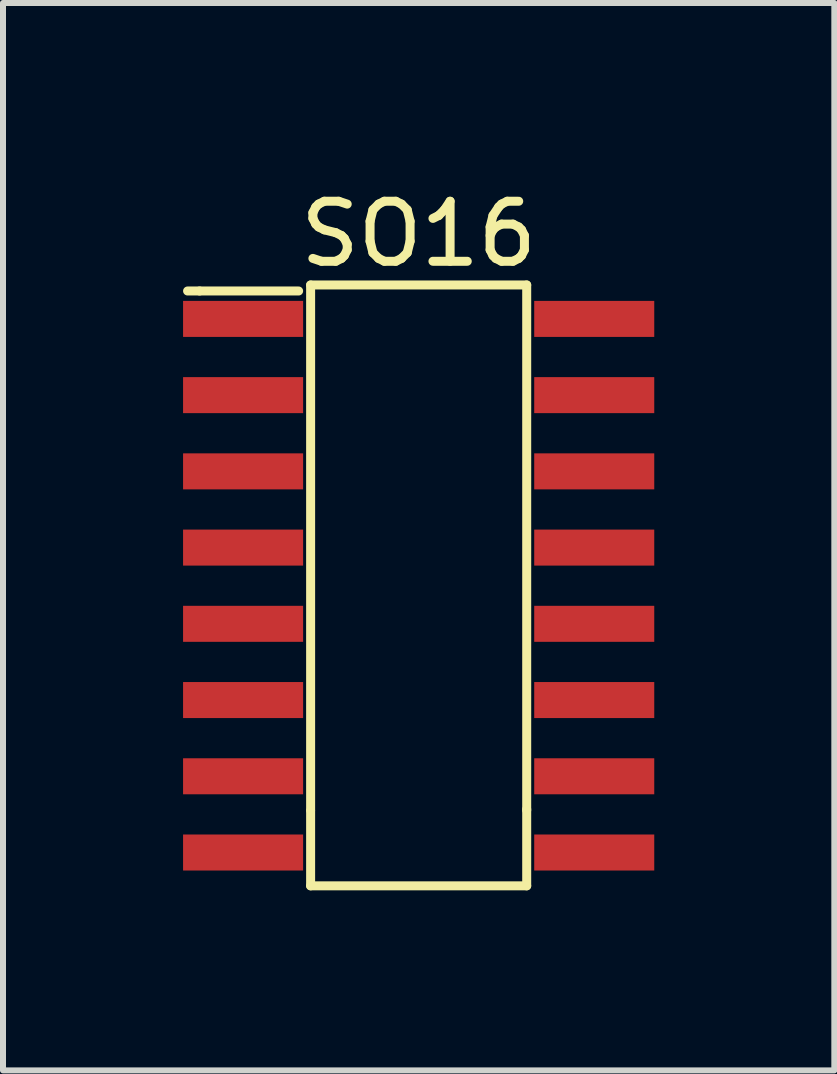
<source format=kicad_pcb>
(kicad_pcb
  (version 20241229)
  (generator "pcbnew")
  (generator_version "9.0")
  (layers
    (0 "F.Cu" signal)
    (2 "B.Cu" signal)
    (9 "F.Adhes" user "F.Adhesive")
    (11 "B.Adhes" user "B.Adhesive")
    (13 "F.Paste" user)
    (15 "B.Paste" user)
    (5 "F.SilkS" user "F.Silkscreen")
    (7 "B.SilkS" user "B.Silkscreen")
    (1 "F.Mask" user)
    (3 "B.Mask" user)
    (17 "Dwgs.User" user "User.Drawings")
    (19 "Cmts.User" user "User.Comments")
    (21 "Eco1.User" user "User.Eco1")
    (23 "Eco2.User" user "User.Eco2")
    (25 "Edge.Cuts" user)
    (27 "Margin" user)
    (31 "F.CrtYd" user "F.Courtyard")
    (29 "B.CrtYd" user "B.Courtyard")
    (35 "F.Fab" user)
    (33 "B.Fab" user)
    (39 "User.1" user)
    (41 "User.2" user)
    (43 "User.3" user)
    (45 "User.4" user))
  (footprint "SO16"
    (layer "F.Cu")
    (at 3.925 6.708)
    (property "Reference" "SO16" (at 0 -5.86 0) (layer "F.SilkS") (effects (font (size 1 1) (thickness 0.15))))
    (attr through_hole)
    (fp_line (start -3.85 -4.91) (end -3.65 -4.91) (stroke (width 0.15) (type solid)) (layer "F.SilkS"))
    (fp_line (start -3.65 -4.91) (end -2 -4.91) (stroke (width 0.15) (type solid)) (layer "F.SilkS"))
    (fp_line (start -1.8 -5.01) (end -1.8 3.74) (stroke (width 0.15) (type solid)) (layer "F.SilkS"))
    (fp_line (start -1.8 3.75) (end -1.8 5) (stroke (width 0.15) (type solid)) (layer "F.SilkS"))
    (fp_line (start -1.8 5) (end 1.8 5) (stroke (width 0.15) (type solid)) (layer "F.SilkS"))
    (fp_line (start 1.8 -5.01) (end -1.8 -5.01) (stroke (width 0.15) (type solid)) (layer "F.SilkS"))
    (fp_line (start 1.8 3.725) (end 1.8 5) (stroke (width 0.15) (type solid)) (layer "F.SilkS"))
    (fp_line (start 1.8 3.74) (end 1.8 -5.01) (stroke (width 0.15) (type solid)) (layer "F.SilkS"))
    (pad "1" smd rect (at -2.925 -4.445) (size 2 0.6) (layers "F.Cu" "F.Mask" "F.Paste"))
    (pad "2" smd rect (at -2.925 -3.175) (size 2 0.6) (layers "F.Cu" "F.Mask" "F.Paste"))
    (pad "3" smd rect (at -2.925 -1.905) (size 2 0.6) (layers "F.Cu" "F.Mask" "F.Paste"))
    (pad "4" smd rect (at -2.925 -0.635) (size 2 0.6) (layers "F.Cu" "F.Mask" "F.Paste"))
    (pad "5" smd rect (at -2.925 0.635) (size 2 0.6) (layers "F.Cu" "F.Mask" "F.Paste"))
    (pad "6" smd rect (at -2.925 1.905) (size 2 0.6) (layers "F.Cu" "F.Mask" "F.Paste"))
    (pad "7" smd rect (at -2.925 3.175) (size 2 0.6) (layers "F.Cu" "F.Mask" "F.Paste"))
    (pad "8" smd rect (at -2.925 4.445) (size 2 0.6) (layers "F.Cu" "F.Mask" "F.Paste"))
    (pad "9" smd rect (at 2.925 4.445) (size 2 0.6) (layers "F.Cu" "F.Mask" "F.Paste"))
    (pad "10" smd rect (at 2.925 3.175) (size 2 0.6) (layers "F.Cu" "F.Mask" "F.Paste"))
    (pad "11" smd rect (at 2.925 1.905) (size 2 0.6) (layers "F.Cu" "F.Mask" "F.Paste"))
    (pad "12" smd rect (at 2.925 0.635) (size 2 0.6) (layers "F.Cu" "F.Mask" "F.Paste"))
    (pad "13" smd rect (at 2.925 -0.635) (size 2 0.6) (layers "F.Cu" "F.Mask" "F.Paste"))
    (pad "14" smd rect (at 2.925 -1.905) (size 2 0.6) (layers "F.Cu" "F.Mask" "F.Paste"))
    (pad "15" smd rect (at 2.925 -3.175) (size 2 0.6) (layers "F.Cu" "F.Mask" "F.Paste"))
    (pad "16" smd rect (at 2.925 -4.445) (size 2 0.6) (layers "F.Cu" "F.Mask" "F.Paste")))
  (gr_rect
    (start -3 -3)
    (end 10.85 14.783)
    (stroke (width 0.1) (type default))
    (fill no)
    (layer "Edge.Cuts")))
</source>
